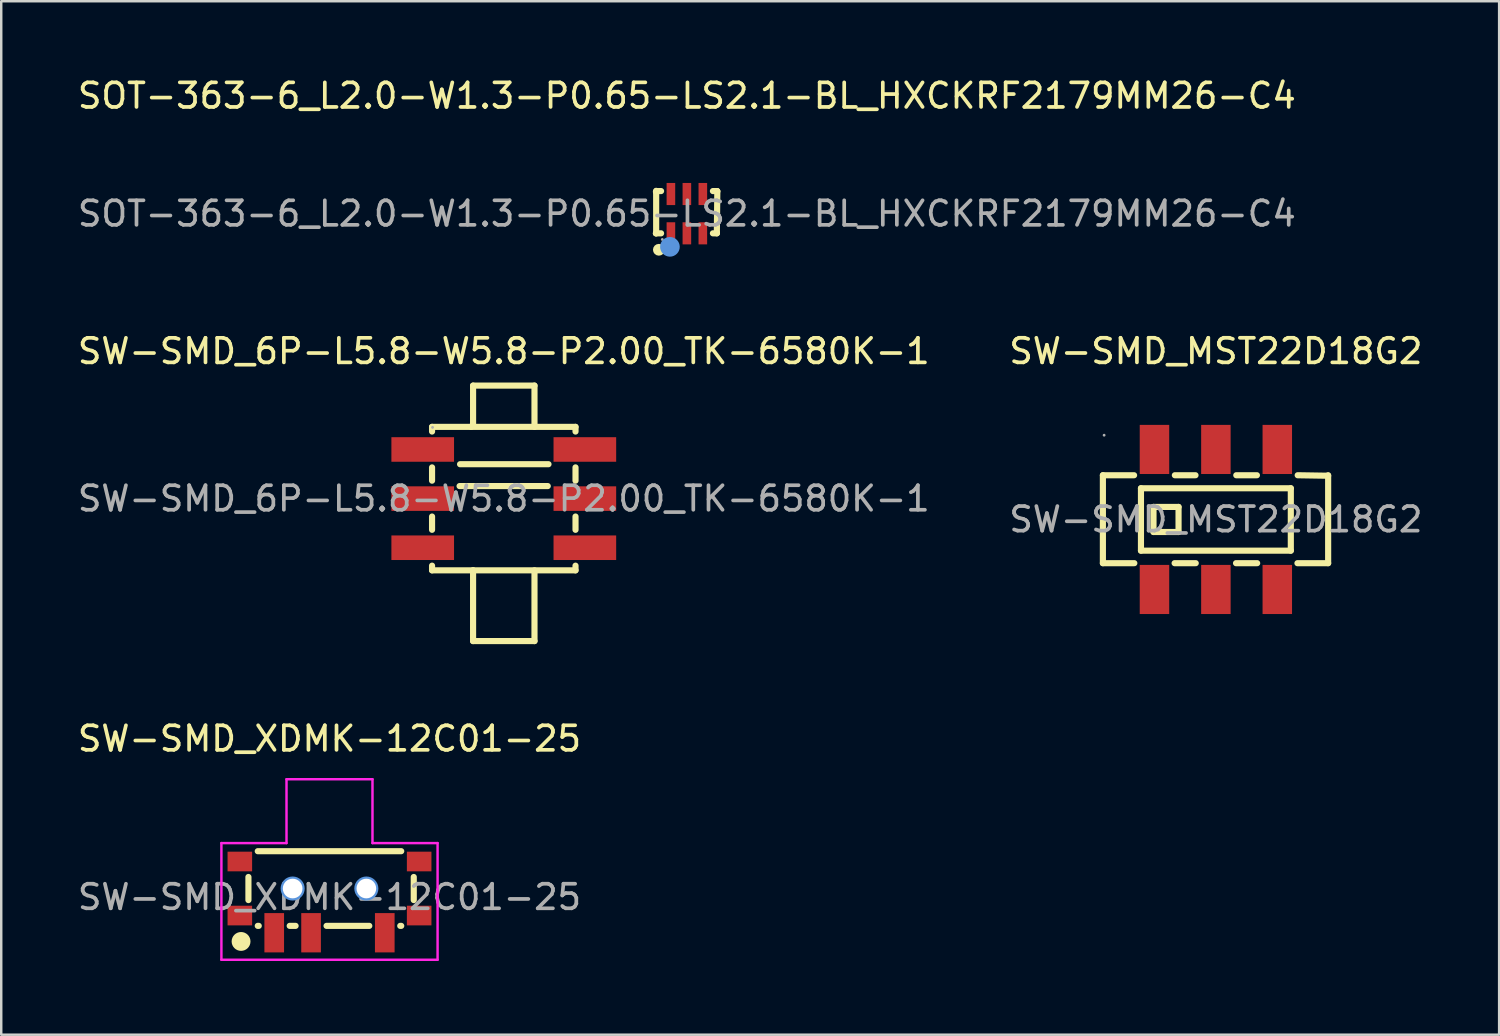
<source format=kicad_pcb>
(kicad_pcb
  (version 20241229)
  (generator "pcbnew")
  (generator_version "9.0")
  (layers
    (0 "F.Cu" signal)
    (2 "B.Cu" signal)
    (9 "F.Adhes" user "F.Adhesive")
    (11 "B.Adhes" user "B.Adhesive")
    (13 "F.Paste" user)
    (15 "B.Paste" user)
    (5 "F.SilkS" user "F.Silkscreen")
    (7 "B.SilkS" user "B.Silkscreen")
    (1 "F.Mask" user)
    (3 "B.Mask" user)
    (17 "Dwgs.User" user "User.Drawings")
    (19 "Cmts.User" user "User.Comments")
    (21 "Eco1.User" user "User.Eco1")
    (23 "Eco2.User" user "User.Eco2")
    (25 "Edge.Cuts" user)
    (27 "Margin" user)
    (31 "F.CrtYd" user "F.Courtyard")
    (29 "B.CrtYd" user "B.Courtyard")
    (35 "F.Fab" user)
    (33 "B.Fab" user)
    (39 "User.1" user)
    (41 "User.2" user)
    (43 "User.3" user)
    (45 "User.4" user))
  (footprint "SOT-363-6_L2.0-W1.3-P0.65-LS2.1-BL_HXCKRF2179MM26-C4"
    (layer "F.Cu")
    (at 24.911 5.648)
    (property "Reference" "SOT-363-6_L2.0-W1.3-P0.65-LS2.1-BL_HXCKRF2179MM26-C4" (at 0 -4.8 0) (layer "F.SilkS") (effects (font (size 1 1) (thickness 0.15))))
    (attr smd)
    (fp_line (start -1.26 0.8) (end -1.05 0.8) (stroke (width 0.25) (type solid)) (layer "F.SilkS"))
    (fp_line (start -1.25 -0.93) (end -1.25 0.8) (stroke (width 0.25) (type solid)) (layer "F.SilkS"))
    (fp_line (start -1.25 0.8) (end -1.26 0.8) (stroke (width 0.25) (type solid)) (layer "F.SilkS"))
    (fp_line (start -1.23 -0.92) (end -1.26 -0.89) (stroke (width 0.25) (type solid)) (layer "F.SilkS"))
    (fp_line (start -1.05 -0.92) (end -1.23 -0.92) (stroke (width 0.25) (type solid)) (layer "F.SilkS"))
    (fp_line (start 1.06 0.8) (end 1.22 0.8) (stroke (width 0.25) (type solid)) (layer "F.SilkS"))
    (fp_line (start 1.22 0.78) (end 1.24 -0.91) (stroke (width 0.25) (type solid)) (layer "F.SilkS"))
    (fp_line (start 1.22 0.8) (end 1.22 0.78) (stroke (width 0.25) (type solid)) (layer "F.SilkS"))
    (fp_line (start 1.23 -0.92) (end 1.06 -0.92) (stroke (width 0.25) (type solid)) (layer "F.SilkS"))
    (fp_line (start 1.24 -0.91) (end 1.23 -0.92) (stroke (width 0.25) (type solid)) (layer "F.SilkS"))
    (fp_circle (center -1.14 1.47) (end -1.02 1.47) (stroke (width 0.24) (type solid)) (fill no) (layer "F.SilkS"))
    (fp_circle (center -0.69 1.35) (end -0.49 1.35) (stroke (width 0.4) (type solid)) (fill no) (layer "Cmts.User"))
    (fp_circle (center -1 1.05) (end -0.97 1.05) (stroke (width 0.06) (type solid)) (fill no) (layer "F.Fab"))
    (fp_text user "${REFERENCE}" (at 0 0 0) (layer "F.Fab") (effects (font (size 1 1) (thickness 0.15))))
    (pad "1" smd rect (at -0.65 0.8) (size 0.35 0.9) (layers "F.Cu" "F.Mask" "F.Paste"))
    (pad "2" smd rect (at 0 0.8) (size 0.35 0.9) (layers "F.Cu" "F.Mask" "F.Paste"))
    (pad "3" smd rect (at 0.65 0.8) (size 0.35 0.9) (layers "F.Cu" "F.Mask" "F.Paste"))
    (pad "4" smd rect (at 0.65 -0.8) (size 0.35 0.9) (layers "F.Cu" "F.Mask" "F.Paste"))
    (pad "5" smd rect (at 0 -0.8) (size 0.35 0.9) (layers "F.Cu" "F.Mask" "F.Paste"))
    (pad "6" smd rect (at -0.65 -0.8) (size 0.35 0.9) (layers "F.Cu" "F.Mask" "F.Paste")))
  (footprint "SW-SMD_MST22D18G2"
    (layer "F.Cu")
    (at 46.446 18.096)
    (property "Reference" "SW-SMD_MST22D18G2" (at 0 -6.85 0) (layer "F.SilkS") (effects (font (size 1 1) (thickness 0.15))))
    (attr smd)
    (fp_line (start -4.6 -1.8) (end -4.6 1.78) (stroke (width 0.25) (type solid)) (layer "F.SilkS"))
    (fp_line (start -4.6 -1.8) (end -3.33 -1.8) (stroke (width 0.25) (type solid)) (layer "F.SilkS"))
    (fp_line (start -3.32 1.78) (end -4.6 1.78) (stroke (width 0.25) (type solid)) (layer "F.SilkS"))
    (fp_line (start -3.05 -1.27) (end 3.05 -1.27) (stroke (width 0.25) (type solid)) (layer "F.SilkS"))
    (fp_line (start -3.05 1.27) (end -3.05 -1.27) (stroke (width 0.25) (type solid)) (layer "F.SilkS"))
    (fp_line (start -2.54 -0.51) (end -1.52 -0.51) (stroke (width 0.25) (type solid)) (layer "F.SilkS"))
    (fp_line (start -2.54 0.51) (end -2.54 -0.51) (stroke (width 0.25) (type solid)) (layer "F.SilkS"))
    (fp_line (start -1.67 -1.8) (end -0.83 -1.8) (stroke (width 0.25) (type solid)) (layer "F.SilkS"))
    (fp_line (start -1.52 -0.51) (end -1.52 0.51) (stroke (width 0.25) (type solid)) (layer "F.SilkS"))
    (fp_line (start -1.52 0.51) (end -2.54 0.51) (stroke (width 0.25) (type solid)) (layer "F.SilkS"))
    (fp_line (start -0.82 1.78) (end -1.68 1.78) (stroke (width 0.25) (type solid)) (layer "F.SilkS"))
    (fp_line (start 0.83 -1.8) (end 1.67 -1.8) (stroke (width 0.25) (type solid)) (layer "F.SilkS"))
    (fp_line (start 1.68 1.78) (end 0.82 1.78) (stroke (width 0.25) (type solid)) (layer "F.SilkS"))
    (fp_line (start 3.05 -1.27) (end 3.05 1.27) (stroke (width 0.25) (type solid)) (layer "F.SilkS"))
    (fp_line (start 3.05 1.27) (end -3.05 1.27) (stroke (width 0.25) (type solid)) (layer "F.SilkS"))
    (fp_line (start 3.33 -1.8) (end 4.57 -1.78) (stroke (width 0.25) (type solid)) (layer "F.SilkS"))
    (fp_line (start 4.57 1.78) (end 3.32 1.78) (stroke (width 0.25) (type solid)) (layer "F.SilkS"))
    (fp_line (start 4.57 1.78) (end 4.57 -1.8) (stroke (width 0.25) (type solid)) (layer "F.SilkS"))
    (fp_circle (center -4.55 -3.43) (end -4.52 -3.43) (stroke (width 0.06) (type solid)) (fill no) (layer "F.Fab"))
    (fp_text user "${REFERENCE}" (at 0 0 0) (layer "F.Fab") (effects (font (size 1 1) (thickness 0.15))))
    (pad "1" smd rect (at -2.5 -2.85 180) (size 1.2 2) (layers "F.Cu" "F.Mask" "F.Paste"))
    (pad "2" smd rect (at 0 -2.85 180) (size 1.2 2) (layers "F.Cu" "F.Mask" "F.Paste"))
    (pad "3" smd rect (at 2.5 -2.85 180) (size 1.2 2) (layers "F.Cu" "F.Mask" "F.Paste"))
    (pad "4" smd rect (at -2.5 2.85 180) (size 1.2 2) (layers "F.Cu" "F.Mask" "F.Paste"))
    (pad "5" smd rect (at 0 2.85 180) (size 1.2 2) (layers "F.Cu" "F.Mask" "F.Paste"))
    (pad "6" smd rect (at 2.5 2.85 180) (size 1.2 2) (layers "F.Cu" "F.Mask" "F.Paste")))
  (footprint "SW-SMD_6P-L5.8-W5.8-P2.00_TK-6580K-1"
    (layer "F.Cu")
    (at 17.458 17.247)
    (property "Reference" "SW-SMD_6P-L5.8-W5.8-P2.00_TK-6580K-1" (at 0 -6 0) (layer "F.SilkS") (effects (font (size 1 1) (thickness 0.15))))
    (attr through_hole)
    (fp_line (start -2.92 -2.92) (end 2.92 -2.92) (stroke (width 0.25) (type solid)) (layer "F.SilkS"))
    (fp_line (start -2.92 -2.73) (end -2.92 -2.92) (stroke (width 0.25) (type solid)) (layer "F.SilkS"))
    (fp_line (start -2.92 -0.73) (end -2.92 -1.27) (stroke (width 0.25) (type solid)) (layer "F.SilkS"))
    (fp_line (start -2.92 1.27) (end -2.92 0.73) (stroke (width 0.25) (type solid)) (layer "F.SilkS"))
    (fp_line (start -2.92 2.92) (end -2.92 2.73) (stroke (width 0.25) (type solid)) (layer "F.SilkS"))
    (fp_line (start -1.8 -0.51) (end 1.79 -0.51) (stroke (width 0.25) (type solid)) (layer "F.SilkS"))
    (fp_line (start -1.78 -1.4) (end 1.82 -1.4) (stroke (width 0.25) (type solid)) (layer "F.SilkS"))
    (fp_line (start -1.25 -4.6) (end -1.25 -3) (stroke (width 0.25) (type solid)) (layer "F.SilkS"))
    (fp_line (start -1.25 -4.6) (end 1.25 -4.6) (stroke (width 0.25) (type solid)) (layer "F.SilkS"))
    (fp_line (start -1.25 -3) (end -1.33 -2.92) (stroke (width 0.25) (type solid)) (layer "F.SilkS"))
    (fp_line (start -1.25 2.92) (end -2.92 2.92) (stroke (width 0.25) (type solid)) (layer "F.SilkS"))
    (fp_line (start -1.25 2.92) (end 2.92 2.92) (stroke (width 0.25) (type solid)) (layer "F.SilkS"))
    (fp_line (start -1.25 5.8) (end -1.25 2.92) (stroke (width 0.25) (type solid)) (layer "F.SilkS"))
    (fp_line (start -1.25 5.8) (end 1.25 5.8) (stroke (width 0.25) (type solid)) (layer "F.SilkS"))
    (fp_line (start 1.25 -4.6) (end 1.25 -2.92) (stroke (width 0.25) (type solid)) (layer "F.SilkS"))
    (fp_line (start 1.25 5.8) (end 1.25 2.92) (stroke (width 0.25) (type solid)) (layer "F.SilkS"))
    (fp_line (start 2.92 -2.92) (end 2.92 -2.73) (stroke (width 0.25) (type solid)) (layer "F.SilkS"))
    (fp_line (start 2.92 -1.27) (end 2.92 -0.73) (stroke (width 0.25) (type solid)) (layer "F.SilkS"))
    (fp_line (start 2.92 0.73) (end 2.92 1.27) (stroke (width 0.25) (type solid)) (layer "F.SilkS"))
    (fp_line (start 2.92 2.73) (end 2.92 2.92) (stroke (width 0.25) (type solid)) (layer "F.SilkS"))
    (fp_circle (center -2.9 -2.9) (end -2.87 -2.9) (stroke (width 0.06) (type solid)) (fill no) (layer "F.Fab"))
    (fp_text user "${REFERENCE}" (at 0 0 0) (layer "F.Fab") (effects (font (size 1 1) (thickness 0.15))))
    (pad "1" smd rect (at -3.3 -2) (size 2.55 1) (layers "F.Cu" "F.Mask" "F.Paste"))
    (pad "2" smd rect (at -3.3 0) (size 2.55 1) (layers "F.Cu" "F.Mask" "F.Paste"))
    (pad "3" smd rect (at -3.3 2) (size 2.55 1) (layers "F.Cu" "F.Mask" "F.Paste"))
    (pad "4" smd rect (at 3.3 -2) (size 2.55 1) (layers "F.Cu" "F.Mask" "F.Paste"))
    (pad "5" smd rect (at 3.3 0) (size 2.55 1) (layers "F.Cu" "F.Mask" "F.Paste"))
    (pad "6" smd rect (at 3.3 2) (size 2.55 1) (layers "F.Cu" "F.Mask" "F.Paste")))
  (footprint "SW-SMD_XDMK-12C01-25"
    (layer "F.Cu")
    (at 10.363 33.47)
    (property "Reference" "SW-SMD_XDMK-12C01-25" (at 0 -6.45 0) (layer "F.SilkS") (effects (font (size 1 1) (thickness 0.15))))
    (attr smd)
    (fp_line (start -3.3 -0.82) (end -3.3 0.12) (stroke (width 0.25) (type solid)) (layer "F.SilkS"))
    (fp_line (start -2.92 -1.87) (end 2.92 -1.87) (stroke (width 0.25) (type solid)) (layer "F.SilkS"))
    (fp_line (start -2.92 1.17) (end -2.88 1.17) (stroke (width 0.25) (type solid)) (layer "F.SilkS"))
    (fp_line (start -1.62 1.17) (end -1.38 1.17) (stroke (width 0.25) (type solid)) (layer "F.SilkS"))
    (fp_line (start -0.12 1.17) (end 1.62 1.17) (stroke (width 0.25) (type solid)) (layer "F.SilkS"))
    (fp_line (start 2.88 1.17) (end 2.92 1.17) (stroke (width 0.25) (type solid)) (layer "F.SilkS"))
    (fp_line (start 3.43 -0.82) (end 3.43 0.12) (stroke (width 0.25) (type solid)) (layer "F.SilkS"))
    (fp_circle (center -3.6 1.804) (end -3.25 1.754) (stroke (width 0.06) (type solid)) (fill yes) (layer "F.SilkS"))
    (fp_circle (center -1.5 -0.35) (end -1.37 -0.35) (stroke (width 0.36) (type solid)) (fill no) (layer "Cmts.User"))
    (fp_circle (center 1.5 -0.35) (end 1.63 -0.35) (stroke (width 0.36) (type solid)) (fill no) (layer "Cmts.User"))
    (fp_line (start -4.4 -2.2) (end -4.4 2.55) (stroke (width 0.1) (type default)) (layer "F.CrtYd"))
    (fp_line (start -4.4 -2.2) (end -1.75 -2.2) (stroke (width 0.1) (type default)) (layer "F.CrtYd"))
    (fp_line (start -1.75 -4.8) (end 1.75 -4.8) (stroke (width 0.1) (type default)) (layer "F.CrtYd"))
    (fp_line (start -1.75 -2.2) (end -1.75 -4.8) (stroke (width 0.1) (type default)) (layer "F.CrtYd"))
    (fp_line (start 1.75 -4.8) (end 1.75 -2.2) (stroke (width 0.1) (type default)) (layer "F.CrtYd"))
    (fp_line (start 1.75 -2.2) (end 4.4 -2.2) (stroke (width 0.1) (type default)) (layer "F.CrtYd"))
    (fp_line (start 4.4 -2.2) (end 4.4 2.55) (stroke (width 0.1) (type default)) (layer "F.CrtYd"))
    (fp_line (start 4.4 2.55) (end -4.4 2.55) (stroke (width 0.1) (type default)) (layer "F.CrtYd"))
    (fp_text user "${REFERENCE}" (at 0 0 0) (layer "F.Fab") (effects (font (size 1 1) (thickness 0.15))))
    (pad "" np_thru_hole circle (at -1.5 -0.35) (size 0.8 0.8) (drill 0.8) (layers "*.Cu" "*.Mask"))
    (pad "" np_thru_hole circle (at 1.5 -0.35) (size 0.8 0.8) (drill 0.8) (layers "*.Cu" "*.Mask"))
    (pad "1" smd rect (at -2.25 1.45) (size 0.8 1.6) (layers "F.Cu" "F.Mask" "F.Paste"))
    (pad "2" smd rect (at -0.75 1.45) (size 0.8 1.6) (layers "F.Cu" "F.Mask" "F.Paste"))
    (pad "3" smd rect (at 2.25 1.45) (size 0.8 1.6) (layers "F.Cu" "F.Mask" "F.Paste"))
    (pad "4" smd rect (at 3.65 -1.45) (size 1 0.8) (layers "F.Cu" "F.Mask" "F.Paste"))
    (pad "4" smd rect (at 3.65 0.75) (size 1 0.8) (layers "F.Cu" "F.Mask" "F.Paste"))
    (pad "5" smd rect (at -3.65 -1.45) (size 1 0.8) (layers "F.Cu" "F.Mask" "F.Paste"))
    (pad "5" smd rect (at -3.65 0.75) (size 1 0.8) (layers "F.Cu" "F.Mask" "F.Paste")))
  (gr_rect
    (start -3 -3)
    (end 57.976 39.07)
    (stroke (width 0.1) (type default))
    (fill no)
    (layer "Edge.Cuts")))
</source>
